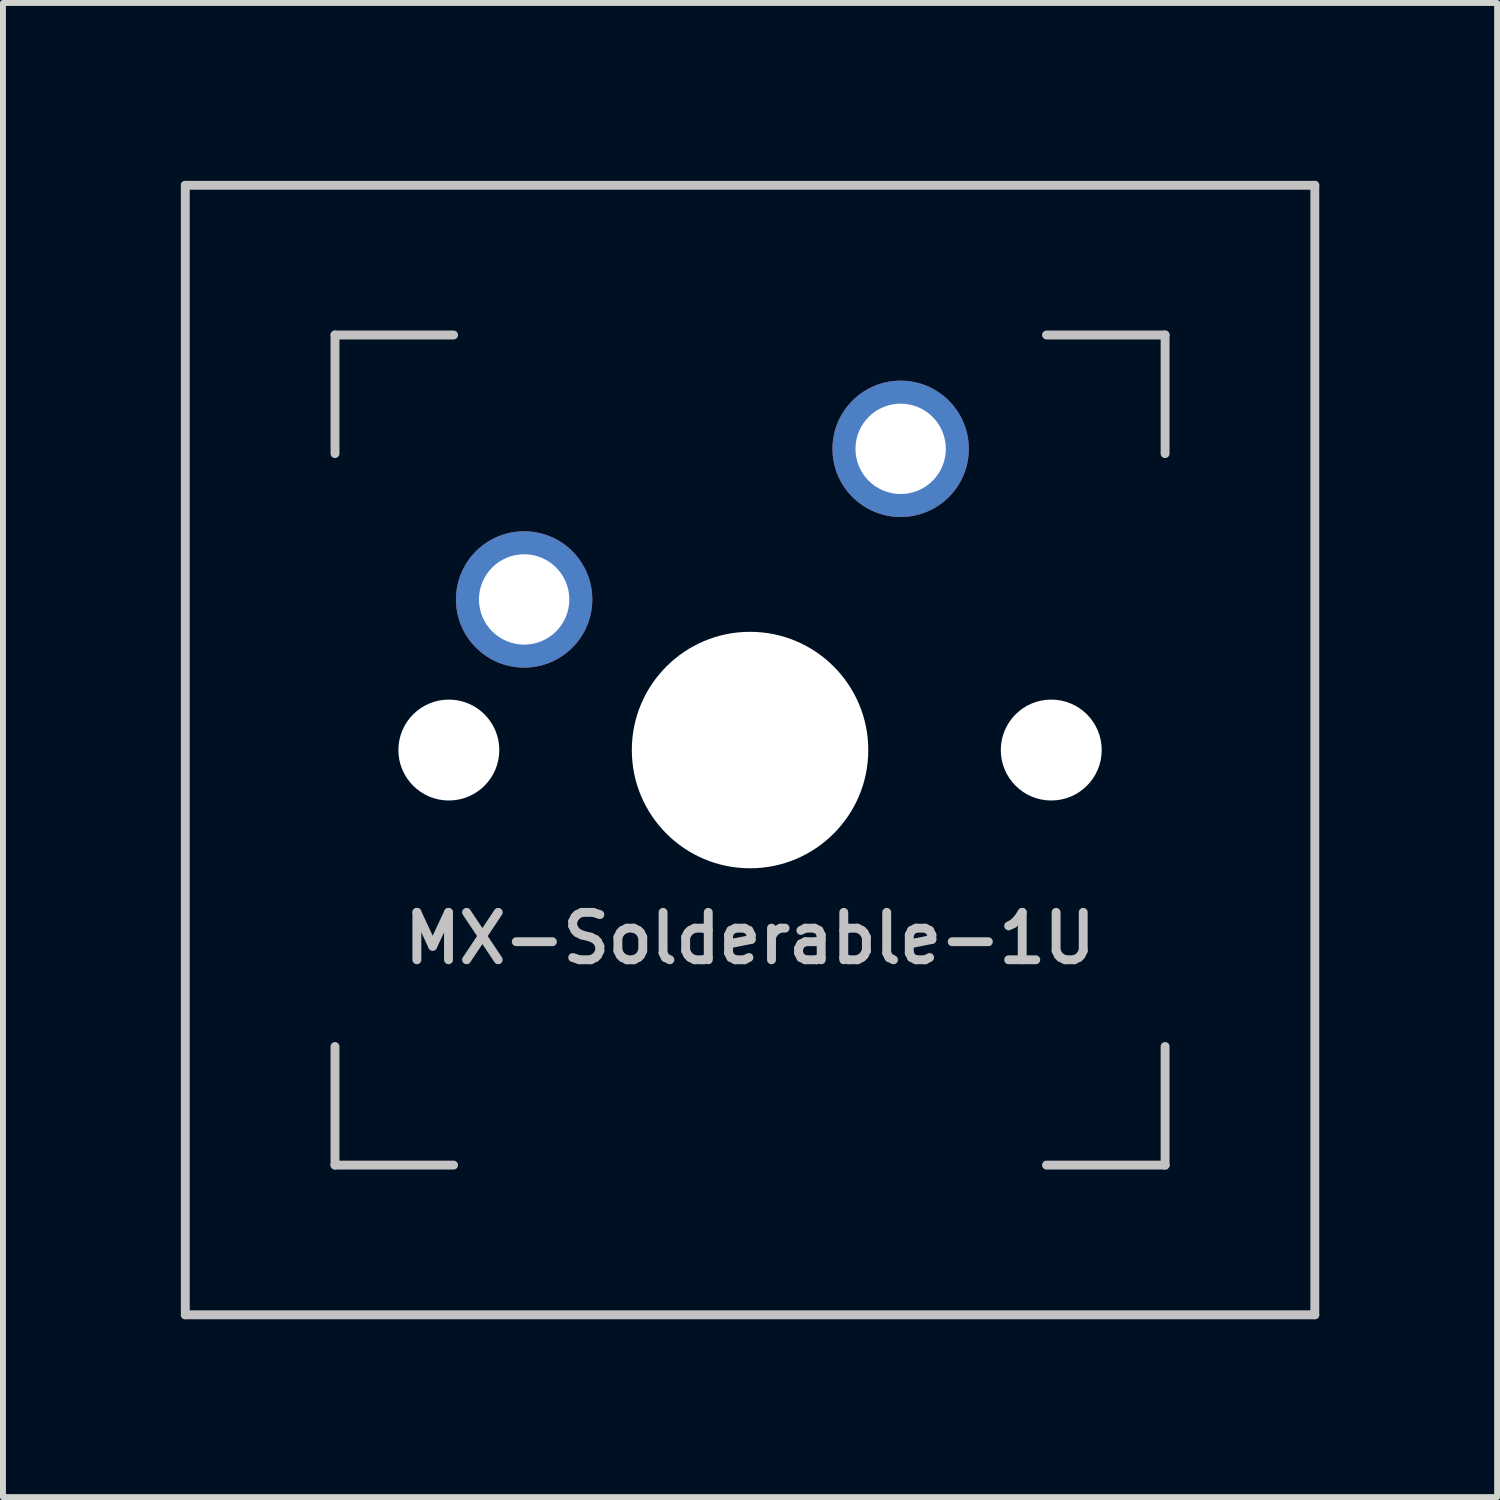
<source format=kicad_pcb>
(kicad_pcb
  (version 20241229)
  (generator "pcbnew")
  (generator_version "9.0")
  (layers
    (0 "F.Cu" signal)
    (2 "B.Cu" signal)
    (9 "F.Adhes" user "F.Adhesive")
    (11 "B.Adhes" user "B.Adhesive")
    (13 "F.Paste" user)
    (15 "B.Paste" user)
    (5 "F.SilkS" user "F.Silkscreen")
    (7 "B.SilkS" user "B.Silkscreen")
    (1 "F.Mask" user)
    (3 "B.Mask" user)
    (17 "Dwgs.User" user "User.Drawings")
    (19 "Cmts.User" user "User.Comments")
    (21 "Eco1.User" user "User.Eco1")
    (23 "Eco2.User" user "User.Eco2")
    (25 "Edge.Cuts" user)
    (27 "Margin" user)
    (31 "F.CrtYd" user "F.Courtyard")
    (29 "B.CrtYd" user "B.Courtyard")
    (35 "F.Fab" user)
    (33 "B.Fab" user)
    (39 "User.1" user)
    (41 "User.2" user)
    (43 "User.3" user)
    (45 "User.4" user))
  (footprint "MX-Solderable-1U"
    (layer "F.Cu")
    (at 9.6 9.6)
    (property "Reference" "MX-Solderable-1U" (at 0 3.175 0) (layer "Dwgs.User") (effects (font (size 0.8 0.8) (thickness 0.15))))
    (attr through_hole)
    (fp_line (start -9.525 9.525) (end -9.525 -9.525) (stroke (width 0.15) (type solid)) (layer "Dwgs.User"))
    (fp_line (start -7 -7) (end -7 -5) (stroke (width 0.15) (type solid)) (layer "Dwgs.User"))
    (fp_line (start -7 5) (end -7 7) (stroke (width 0.15) (type solid)) (layer "Dwgs.User"))
    (fp_line (start -7 7) (end -5 7) (stroke (width 0.15) (type solid)) (layer "Dwgs.User"))
    (fp_line (start -5 -7) (end -7 -7) (stroke (width 0.15) (type solid)) (layer "Dwgs.User"))
    (fp_line (start 5 -7) (end 7 -7) (stroke (width 0.15) (type solid)) (layer "Dwgs.User"))
    (fp_line (start 5 7) (end 7 7) (stroke (width 0.15) (type solid)) (layer "Dwgs.User"))
    (fp_line (start 7 -7) (end 7 -5) (stroke (width 0.15) (type solid)) (layer "Dwgs.User"))
    (fp_line (start 7 7) (end 7 5) (stroke (width 0.15) (type solid)) (layer "Dwgs.User"))
    (fp_line (start 9.525 -9.525) (end -9.525 -9.525) (stroke (width 0.15) (type solid)) (layer "Dwgs.User"))
    (fp_line (start 9.525 9.525) (end -9.525 9.525) (stroke (width 0.15) (type solid)) (layer "Dwgs.User"))
    (fp_line (start 9.525 9.525) (end 9.525 -9.525) (stroke (width 0.15) (type solid)) (layer "Dwgs.User"))
    (pad "" np_thru_hole circle (at -5.08 0 48.099) (size 1.702 1.702) (drill 1.702) (layers "*.Cu" "*.Mask"))
    (pad "" np_thru_hole circle (at 0 0) (size 3.988 3.988) (drill 3.988) (layers "*.Cu" "*.Mask"))
    (pad "" np_thru_hole circle (at 5.08 0 48.099) (size 1.702 1.702) (drill 1.702) (layers "*.Cu" "*.Mask"))
    (pad "1" thru_hole circle (at -3.81 -2.54) (size 2.3 2.3) (drill 1.524) (layers "*.Cu" "B.Mask"))
    (pad "2" thru_hole circle (at 2.54 -5.08) (size 2.3 2.3) (drill 1.524) (layers "*.Cu" "B.Mask")))
  (gr_rect
    (start -3 -3)
    (end 22.2 22.2)
    (stroke (width 0.1) (type default))
    (fill no)
    (layer "Edge.Cuts")))
</source>
